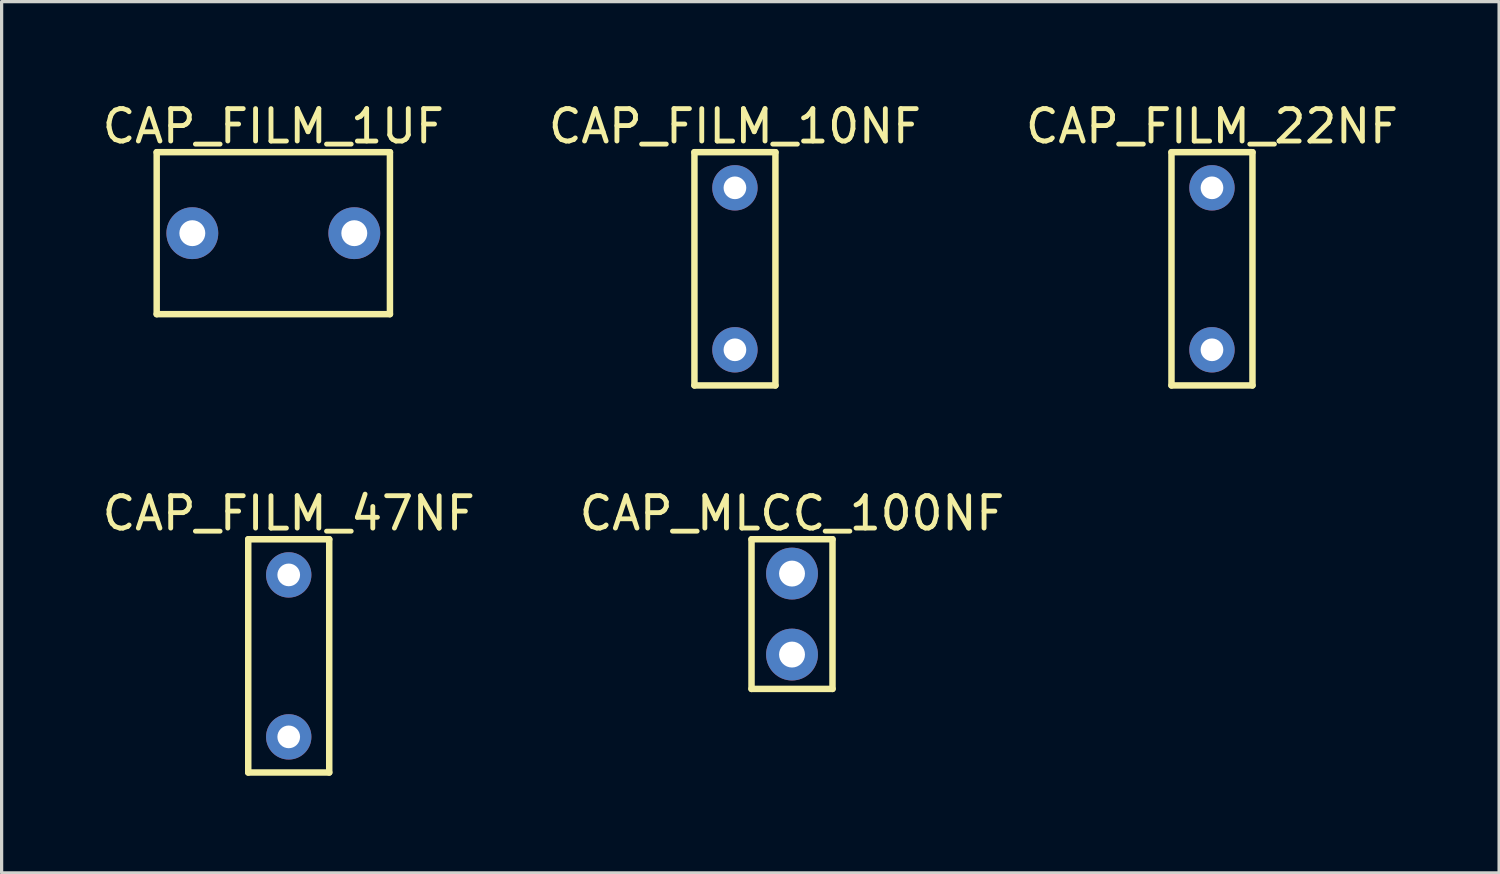
<source format=kicad_pcb>
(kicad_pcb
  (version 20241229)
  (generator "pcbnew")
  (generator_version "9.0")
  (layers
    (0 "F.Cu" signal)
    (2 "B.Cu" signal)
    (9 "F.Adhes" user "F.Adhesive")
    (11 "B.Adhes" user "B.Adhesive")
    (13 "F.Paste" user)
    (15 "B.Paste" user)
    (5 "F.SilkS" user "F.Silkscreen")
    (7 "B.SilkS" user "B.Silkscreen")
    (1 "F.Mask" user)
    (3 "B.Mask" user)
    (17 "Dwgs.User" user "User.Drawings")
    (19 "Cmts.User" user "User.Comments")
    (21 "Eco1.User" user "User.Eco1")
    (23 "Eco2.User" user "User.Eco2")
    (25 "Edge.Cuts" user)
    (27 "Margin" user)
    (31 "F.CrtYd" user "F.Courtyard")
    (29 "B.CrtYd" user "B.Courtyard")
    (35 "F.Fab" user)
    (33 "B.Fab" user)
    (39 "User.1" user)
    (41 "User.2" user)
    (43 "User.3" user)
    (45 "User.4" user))
  (footprint "CAP_MLCC_100NF"
    (layer "F.Cu")
    (at 21.399 15.906)
    (property "Reference" "CAP_MLCC_100NF" (at 0.000005 -3.11 0) (layer "F.SilkS") (effects (font (size 1 1) (thickness 0.15))))
    (fp_line (start -1.25 -2.31) (end 1.25 -2.31) (stroke (width 0.2) (type solid)) (layer "F.SilkS"))
    (fp_line (start -1.25 2.31) (end -1.25 -2.31) (stroke (width 0.2) (type solid)) (layer "F.SilkS"))
    (fp_line (start -1.25 2.31) (end 1.25 2.31) (stroke (width 0.2) (type solid)) (layer "F.SilkS"))
    (fp_line (start 1.25 2.31) (end 1.25 -2.31) (stroke (width 0.2) (type solid)) (layer "F.SilkS"))
    (pad "1" thru_hole circle (at 0 -1.25) (size 1.6 1.6) (drill 0.8) (layers "*.Cu" "*.Mask"))
    (pad "2" thru_hole circle (at 0 1.25) (size 1.6 1.6) (drill 0.8) (layers "*.Cu" "*.Mask")))
  (footprint "CAP_FILM_10NF"
    (layer "F.Cu")
    (at 19.637 5.248)
    (property "Reference" "CAP_FILM_10NF" (at 0 -4.4 0) (layer "F.SilkS") (effects (font (size 1 1) (thickness 0.15))))
    (fp_line (start -1.25 -3.6) (end 1.25 -3.6) (stroke (width 0.2) (type solid)) (layer "F.SilkS"))
    (fp_line (start -1.25 3.6) (end -1.25 -3.6) (stroke (width 0.2) (type solid)) (layer "F.SilkS"))
    (fp_line (start -1.25 3.6) (end 1.25 3.6) (stroke (width 0.2) (type solid)) (layer "F.SilkS"))
    (fp_line (start 1.25 3.6) (end 1.25 -3.6) (stroke (width 0.2) (type solid)) (layer "F.SilkS"))
    (pad "1" thru_hole circle (at 0 -2.5) (size 1.4 1.4) (drill 0.7) (layers "*.Cu" "*.Mask"))
    (pad "2" thru_hole circle (at 0 2.5) (size 1.4 1.4) (drill 0.7) (layers "*.Cu" "*.Mask")))
  (footprint "CAP_FILM_47NF"
    (layer "F.Cu")
    (at 5.863 17.197)
    (property "Reference" "CAP_FILM_47NF" (at 0 -4.4 0) (layer "F.SilkS") (effects (font (size 1 1) (thickness 0.15))))
    (fp_line (start -1.25 -3.6) (end 1.25 -3.6) (stroke (width 0.2) (type solid)) (layer "F.SilkS"))
    (fp_line (start -1.25 3.6) (end -1.25 -3.6) (stroke (width 0.2) (type solid)) (layer "F.SilkS"))
    (fp_line (start -1.25 3.6) (end 1.25 3.6) (stroke (width 0.2) (type solid)) (layer "F.SilkS"))
    (fp_line (start 1.25 3.6) (end 1.25 -3.6) (stroke (width 0.2) (type solid)) (layer "F.SilkS"))
    (pad "1" thru_hole circle (at 0 -2.5) (size 1.4 1.4) (drill 0.7) (layers "*.Cu" "*.Mask"))
    (pad "2" thru_hole circle (at 0 2.5) (size 1.4 1.4) (drill 0.7) (layers "*.Cu" "*.Mask")))
  (footprint "CAP_FILM_22NF"
    (layer "F.Cu")
    (at 34.363 5.248)
    (property "Reference" "CAP_FILM_22NF" (at 0 -4.4 0) (layer "F.SilkS") (effects (font (size 1 1) (thickness 0.15))))
    (fp_line (start -1.25 -3.6) (end 1.25 -3.6) (stroke (width 0.2) (type solid)) (layer "F.SilkS"))
    (fp_line (start -1.25 3.6) (end -1.25 -3.6) (stroke (width 0.2) (type solid)) (layer "F.SilkS"))
    (fp_line (start -1.25 3.6) (end 1.25 3.6) (stroke (width 0.2) (type solid)) (layer "F.SilkS"))
    (fp_line (start 1.25 3.6) (end 1.25 -3.6) (stroke (width 0.2) (type solid)) (layer "F.SilkS"))
    (pad "1" thru_hole circle (at 0 -2.5) (size 1.4 1.4) (drill 0.7) (layers "*.Cu" "*.Mask"))
    (pad "2" thru_hole circle (at 0 2.5) (size 1.4 1.4) (drill 0.7) (layers "*.Cu" "*.Mask")))
  (footprint "CAP_FILM_1UF"
    (layer "F.Cu")
    (at 5.387 4.148)
    (property "Reference" "CAP_FILM_1UF" (at 0 -3.3 0) (layer "F.SilkS") (effects (font (size 1 1) (thickness 0.15))))
    (fp_line (start -3.6 -2.5) (end 3.6 -2.5) (stroke (width 0.2) (type solid)) (layer "F.SilkS"))
    (fp_line (start -3.6 2.5) (end -3.6 -2.5) (stroke (width 0.2) (type solid)) (layer "F.SilkS"))
    (fp_line (start -3.6 2.5) (end 3.6 2.5) (stroke (width 0.2) (type solid)) (layer "F.SilkS"))
    (fp_line (start 3.6 2.5) (end 3.6 -2.5) (stroke (width 0.2) (type solid)) (layer "F.SilkS"))
    (pad "1" thru_hole circle (at -2.5 0) (size 1.6 1.6) (drill 0.8) (layers "*.Cu" "*.Mask"))
    (pad "2" thru_hole circle (at 2.5 0) (size 1.6 1.6) (drill 0.8) (layers "*.Cu" "*.Mask")))
  (gr_rect
    (start -3 -3)
    (end 43.226 23.896)
    (stroke (width 0.1) (type default))
    (fill no)
    (layer "Edge.Cuts")))
</source>
